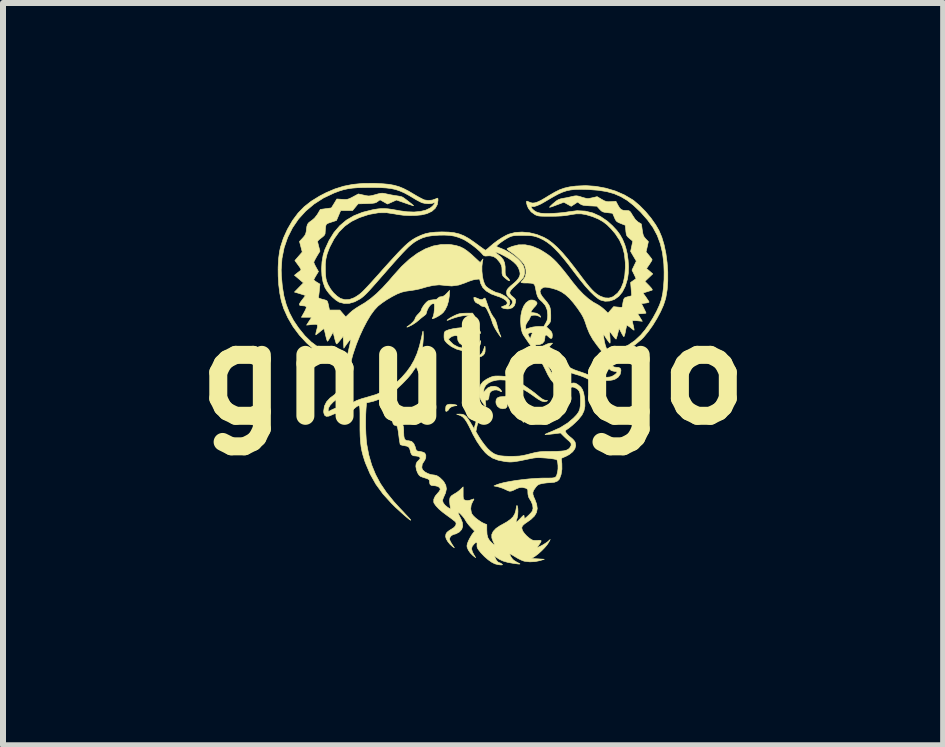
<source format=kicad_pcb>
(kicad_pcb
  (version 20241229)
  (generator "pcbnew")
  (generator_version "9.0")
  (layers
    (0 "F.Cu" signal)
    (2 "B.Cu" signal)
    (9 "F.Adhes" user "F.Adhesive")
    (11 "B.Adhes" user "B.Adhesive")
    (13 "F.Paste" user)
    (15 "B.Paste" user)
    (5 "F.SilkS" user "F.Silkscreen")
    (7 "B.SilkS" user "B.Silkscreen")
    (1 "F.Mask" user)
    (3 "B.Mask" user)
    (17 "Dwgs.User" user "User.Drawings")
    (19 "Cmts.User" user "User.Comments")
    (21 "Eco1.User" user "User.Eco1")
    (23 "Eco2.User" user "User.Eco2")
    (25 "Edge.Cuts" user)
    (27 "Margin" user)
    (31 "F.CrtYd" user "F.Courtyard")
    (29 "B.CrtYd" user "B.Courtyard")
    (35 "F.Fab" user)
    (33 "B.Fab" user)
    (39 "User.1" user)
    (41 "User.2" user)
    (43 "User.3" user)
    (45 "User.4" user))
  (footprint "gnulogo"
    (layer "F.Cu")
    (at 4.833 3.19)
    (property "Reference" "gnulogo" (at 0 0 0) (layer "F.SilkS") (effects (font (size 1.524 1.524) (thickness 0.3))))
    (attr through_hole)
    (fp_poly (pts (xy 0.199 -0.469) (xy 0.201 -0.448) (xy 0.202 -0.422) (xy 0.2 -0.377) (xy 0.191 -0.348) (xy 0.172 -0.323) (xy 0.172 -0.323) (xy 0.136 -0.299) (xy 0.105 -0.292) (xy 0.07 -0.293) (xy 0.11 -0.318) (xy 0.134 -0.337) (xy 0.153 -0.364) (xy 0.172 -0.403) (xy 0.192 -0.461) (xy 0.195 -0.47) (xy 0.199 -0.469)) (stroke (width 0.01) (type solid)) (fill yes) (layer "F.SilkS"))
    (fp_poly (pts (xy -0.337 0.498) (xy -0.306 0.503) (xy -0.281 0.509) (xy -0.268 0.515) (xy -0.272 0.519) (xy -0.279 0.52) (xy -0.323 0.527) (xy -0.362 0.541) (xy -0.39 0.559) (xy -0.397 0.57) (xy -0.413 0.595) (xy -0.43 0.609) (xy -0.448 0.616) (xy -0.455 0.609) (xy -0.457 0.583) (xy -0.457 0.574) (xy -0.452 0.532) (xy -0.435 0.508) (xy -0.4 0.497) (xy -0.369 0.496) (xy -0.337 0.498)) (stroke (width 0.01) (type solid)) (fill yes) (layer "F.SilkS"))
    (fp_poly (pts (xy 0.573 0.37) (xy 0.611 0.378) (xy 0.647 0.395) (xy 0.664 0.406) (xy 0.733 0.465) (xy 0.787 0.544) (xy 0.824 0.642) (xy 0.843 0.74) (xy 0.847 0.779) (xy 0.847 0.796) (xy 0.841 0.797) (xy 0.834 0.792) (xy 0.826 0.773) (xy 0.825 0.763) (xy 0.818 0.731) (xy 0.799 0.686) (xy 0.773 0.637) (xy 0.743 0.59) (xy 0.714 0.555) (xy 0.67 0.514) (xy 0.63 0.486) (xy 0.598 0.472) (xy 0.576 0.473) (xy 0.567 0.491) (xy 0.568 0.502) (xy 0.566 0.539) (xy 0.543 0.563) (xy 0.499 0.571) (xy 0.495 0.572) (xy 0.444 0.56) (xy 0.405 0.529) (xy 0.384 0.484) (xy 0.381 0.456) (xy 0.387 0.416) (xy 0.407 0.39) (xy 0.444 0.374) (xy 0.502 0.369) (xy 0.521 0.368) (xy 0.573 0.37)) (stroke (width 0.01) (type solid)) (fill yes) (layer "F.SilkS"))
    (fp_poly (pts (xy 0.035 -1.283) (xy 0.067 -1.27) (xy 0.111 -1.252) (xy 0.141 -1.246) (xy 0.164 -1.253) (xy 0.179 -1.264) (xy 0.191 -1.273) (xy 0.2 -1.27) (xy 0.21 -1.252) (xy 0.223 -1.215) (xy 0.229 -1.198) (xy 0.266 -1.095) (xy 0.301 -1.017) (xy 0.334 -0.963) (xy 0.347 -0.948) (xy 0.374 -0.904) (xy 0.397 -0.836) (xy 0.4 -0.821) (xy 0.414 -0.767) (xy 0.431 -0.714) (xy 0.445 -0.676) (xy 0.458 -0.645) (xy 0.465 -0.625) (xy 0.465 -0.622) (xy 0.456 -0.632) (xy 0.437 -0.658) (xy 0.411 -0.696) (xy 0.399 -0.714) (xy 0.368 -0.765) (xy 0.341 -0.817) (xy 0.323 -0.862) (xy 0.321 -0.869) (xy 0.308 -0.911) (xy 0.287 -0.966) (xy 0.263 -1.022) (xy 0.258 -1.031) (xy 0.235 -1.08) (xy 0.217 -1.109) (xy 0.202 -1.125) (xy 0.186 -1.13) (xy 0.178 -1.13) (xy 0.143 -1.139) (xy 0.122 -1.155) (xy 0.092 -1.177) (xy 0.068 -1.187) (xy 0.04 -1.205) (xy 0.019 -1.24) (xy 0.013 -1.277) (xy 0.017 -1.285) (xy 0.035 -1.283)) (stroke (width 0.01) (type solid)) (fill yes) (layer "F.SilkS"))
    (fp_poly (pts (xy -0.396 -1.307) (xy -0.408 -1.225) (xy -0.432 -1.145) (xy -0.467 -1.074) (xy -0.499 -1.031) (xy -0.535 -1) (xy -0.584 -0.969) (xy -0.633 -0.943) (xy -0.658 -0.934) (xy -0.678 -0.929) (xy -0.68 -0.936) (xy -0.669 -0.954) (xy -0.659 -0.982) (xy -0.65 -1.027) (xy -0.645 -1.08) (xy -0.645 -1.083) (xy -0.642 -1.133) (xy -0.643 -1.162) (xy -0.648 -1.177) (xy -0.658 -1.181) (xy -0.66 -1.181) (xy -0.687 -1.174) (xy -0.701 -1.165) (xy -0.727 -1.137) (xy -0.751 -1.098) (xy -0.769 -1.058) (xy -0.775 -1.032) (xy -0.786 -1.003) (xy -0.81 -0.982) (xy -0.838 -0.961) (xy -0.876 -0.931) (xy -0.903 -0.907) (xy -0.948 -0.87) (xy -0.999 -0.836) (xy -1.027 -0.82) (xy -1.069 -0.8) (xy -1.095 -0.789) (xy -1.103 -0.79) (xy -1.09 -0.801) (xy -1.079 -0.808) (xy -1.035 -0.842) (xy -0.998 -0.878) (xy -0.973 -0.91) (xy -0.965 -0.932) (xy -0.956 -0.954) (xy -0.934 -0.984) (xy -0.914 -1.005) (xy -0.886 -1.035) (xy -0.868 -1.06) (xy -0.864 -1.07) (xy -0.855 -1.096) (xy -0.834 -1.132) (xy -0.806 -1.171) (xy -0.776 -1.204) (xy -0.75 -1.225) (xy -0.748 -1.226) (xy -0.712 -1.238) (xy -0.667 -1.244) (xy -0.658 -1.245) (xy -0.617 -1.248) (xy -0.593 -1.262) (xy -0.587 -1.27) (xy -0.559 -1.291) (xy -0.531 -1.295) (xy -0.5 -1.301) (xy -0.469 -1.321) (xy -0.441 -1.348) (xy -0.391 -1.401) (xy -0.396 -1.307)) (stroke (width 0.01) (type solid)) (fill yes) (layer "F.SilkS"))
    (fp_poly (pts (xy 0.474 0.028) (xy 0.548 0.033) (xy 0.602 0.041) (xy 0.641 0.053) (xy 0.648 0.056) (xy 0.696 0.084) (xy 0.758 0.122) (xy 0.827 0.168) (xy 0.898 0.216) (xy 0.965 0.263) (xy 1.022 0.305) (xy 1.06 0.336) (xy 1.113 0.38) (xy 1.153 0.409) (xy 1.184 0.425) (xy 1.212 0.432) (xy 1.222 0.432) (xy 1.241 0.434) (xy 1.238 0.44) (xy 1.228 0.446) (xy 1.191 0.455) (xy 1.144 0.444) (xy 1.085 0.412) (xy 1.035 0.377) (xy 0.98 0.338) (xy 0.92 0.297) (xy 0.865 0.264) (xy 0.861 0.262) (xy 0.804 0.229) (xy 0.741 0.19) (xy 0.693 0.159) (xy 0.617 0.117) (xy 0.539 0.094) (xy 0.452 0.09) (xy 0.398 0.094) (xy 0.323 0.111) (xy 0.26 0.14) (xy 0.213 0.18) (xy 0.185 0.228) (xy 0.178 0.267) (xy 0.179 0.298) (xy 0.206 0.262) (xy 0.249 0.222) (xy 0.302 0.2) (xy 0.358 0.197) (xy 0.411 0.212) (xy 0.452 0.245) (xy 0.473 0.274) (xy 0.476 0.288) (xy 0.46 0.285) (xy 0.439 0.272) (xy 0.397 0.258) (xy 0.349 0.26) (xy 0.306 0.278) (xy 0.289 0.293) (xy 0.273 0.326) (xy 0.267 0.36) (xy 0.261 0.403) (xy 0.245 0.426) (xy 0.222 0.427) (xy 0.209 0.425) (xy 0.205 0.435) (xy 0.207 0.463) (xy 0.209 0.476) (xy 0.213 0.51) (xy 0.213 0.531) (xy 0.211 0.533) (xy 0.2 0.524) (xy 0.181 0.501) (xy 0.174 0.492) (xy 0.133 0.43) (xy 0.11 0.374) (xy 0.102 0.313) (xy 0.102 0.299) (xy 0.108 0.225) (xy 0.129 0.167) (xy 0.167 0.12) (xy 0.226 0.079) (xy 0.271 0.056) (xy 0.307 0.041) (xy 0.338 0.031) (xy 0.372 0.027) (xy 0.416 0.026) (xy 0.474 0.028)) (stroke (width 0.01) (type solid)) (fill yes) (layer "F.SilkS"))
    (fp_poly (pts (xy 0.021 -0.98) (xy 0.04 -0.943) (xy 0.056 -0.895) (xy 0.063 -0.866) (xy 0.076 -0.816) (xy 0.093 -0.768) (xy 0.102 -0.748) (xy 0.122 -0.707) (xy 0.126 -0.685) (xy 0.114 -0.683) (xy 0.096 -0.693) (xy 0.062 -0.707) (xy 0.018 -0.706) (xy 0.012 -0.705) (xy -0.02 -0.698) (xy -0.03 -0.691) (xy -0.025 -0.679) (xy -0.022 -0.675) (xy 0.002 -0.63) (xy 0.005 -0.578) (xy -0.006 -0.546) (xy -0.033 -0.51) (xy -0.069 -0.49) (xy -0.121 -0.483) (xy -0.13 -0.483) (xy -0.185 -0.493) (xy -0.227 -0.523) (xy -0.252 -0.567) (xy -0.257 -0.602) (xy -0.258 -0.632) (xy -0.269 -0.645) (xy -0.295 -0.648) (xy -0.299 -0.648) (xy -0.347 -0.636) (xy -0.376 -0.618) (xy -0.411 -0.588) (xy -0.386 -0.556) (xy -0.329 -0.5) (xy -0.253 -0.459) (xy -0.162 -0.435) (xy -0.079 -0.428) (xy -0.011 -0.432) (xy 0.038 -0.447) (xy 0.074 -0.475) (xy 0.104 -0.52) (xy 0.105 -0.522) (xy 0.127 -0.565) (xy 0.127 -0.53) (xy 0.116 -0.491) (xy 0.087 -0.451) (xy 0.046 -0.417) (xy 0.001 -0.395) (xy -0.006 -0.393) (xy -0.043 -0.386) (xy -0.074 -0.383) (xy -0.111 -0.386) (xy -0.161 -0.393) (xy -0.177 -0.395) (xy -0.274 -0.422) (xy -0.361 -0.465) (xy -0.431 -0.519) (xy -0.46 -0.551) (xy -0.476 -0.577) (xy -0.482 -0.608) (xy -0.483 -0.641) (xy -0.481 -0.682) (xy -0.475 -0.706) (xy -0.461 -0.721) (xy -0.446 -0.729) (xy -0.401 -0.746) (xy -0.337 -0.761) (xy -0.258 -0.773) (xy -0.172 -0.781) (xy -0.146 -0.783) (xy -0.081 -0.787) (xy -0.037 -0.791) (xy -0.011 -0.797) (xy 0.002 -0.809) (xy 0.006 -0.826) (xy 0.004 -0.853) (xy 0.003 -0.86) (xy -0.006 -0.915) (xy -0.021 -0.951) (xy -0.044 -0.972) (xy -0.058 -0.978) (xy -0.098 -0.984) (xy -0.154 -0.981) (xy -0.22 -0.969) (xy -0.292 -0.95) (xy -0.356 -0.928) (xy -0.401 -0.91) (xy -0.426 -0.901) (xy -0.433 -0.902) (xy -0.425 -0.911) (xy -0.419 -0.916) (xy -0.391 -0.936) (xy -0.349 -0.96) (xy -0.306 -0.982) (xy -0.26 -1.002) (xy -0.219 -1.014) (xy -0.173 -1.019) (xy -0.116 -1.021) (xy -0.008 -1.022) (xy 0.021 -0.98)) (stroke (width 0.01) (type solid)) (fill yes) (layer "F.SilkS"))
    (fp_poly (pts (xy -1.613 -3.184) (xy -1.496 -3.177) (xy -1.398 -3.168) (xy -1.314 -3.152) (xy -1.236 -3.13) (xy -1.16 -3.099) (xy -1.078 -3.057) (xy -0.985 -3.002) (xy -0.978 -2.998) (xy -0.924 -2.966) (xy -0.872 -2.938) (xy -0.83 -2.917) (xy -0.809 -2.908) (xy -0.747 -2.899) (xy -0.679 -2.906) (xy -0.619 -2.927) (xy -0.595 -2.938) (xy -0.586 -2.933) (xy -0.584 -2.908) (xy -0.584 -2.902) (xy -0.596 -2.83) (xy -0.63 -2.769) (xy -0.686 -2.719) (xy -0.764 -2.682) (xy -0.781 -2.677) (xy -0.859 -2.659) (xy -0.954 -2.65) (xy -1.057 -2.648) (xy -1.162 -2.653) (xy -1.261 -2.666) (xy -1.295 -2.673) (xy -1.439 -2.695) (xy -1.579 -2.694) (xy -1.721 -2.669) (xy -1.746 -2.663) (xy -1.896 -2.613) (xy -2.026 -2.55) (xy -2.137 -2.472) (xy -2.233 -2.376) (xy -2.315 -2.261) (xy -2.386 -2.126) (xy -2.399 -2.097) (xy -2.432 -2.008) (xy -2.452 -1.924) (xy -2.462 -1.834) (xy -2.461 -1.729) (xy -2.461 -1.715) (xy -2.457 -1.648) (xy -2.451 -1.599) (xy -2.442 -1.559) (xy -2.427 -1.52) (xy -2.415 -1.493) (xy -2.375 -1.424) (xy -2.324 -1.359) (xy -2.266 -1.305) (xy -2.21 -1.267) (xy -2.208 -1.266) (xy -2.135 -1.245) (xy -2.06 -1.249) (xy -1.982 -1.278) (xy -1.961 -1.29) (xy -1.935 -1.306) (xy -1.911 -1.322) (xy -1.888 -1.339) (xy -1.863 -1.36) (xy -1.835 -1.386) (xy -1.801 -1.421) (xy -1.76 -1.464) (xy -1.709 -1.519) (xy -1.647 -1.588) (xy -1.571 -1.672) (xy -1.505 -1.747) (xy -1.406 -1.857) (xy -1.322 -1.949) (xy -1.251 -2.026) (xy -1.19 -2.089) (xy -1.138 -2.14) (xy -1.092 -2.182) (xy -1.05 -2.216) (xy -1.011 -2.244) (xy -0.972 -2.268) (xy -0.941 -2.285) (xy -0.865 -2.32) (xy -0.793 -2.346) (xy -0.717 -2.362) (xy -0.631 -2.371) (xy -0.527 -2.375) (xy -0.513 -2.375) (xy -0.406 -2.372) (xy -0.315 -2.362) (xy -0.232 -2.342) (xy -0.153 -2.311) (xy -0.072 -2.266) (xy 0.017 -2.205) (xy 0.07 -2.166) (xy 0.119 -2.13) (xy 0.161 -2.1) (xy 0.191 -2.079) (xy 0.206 -2.07) (xy 0.207 -2.07) (xy 0.221 -2.078) (xy 0.247 -2.099) (xy 0.277 -2.126) (xy 0.338 -2.178) (xy 0.409 -2.231) (xy 0.482 -2.279) (xy 0.55 -2.317) (xy 0.596 -2.338) (xy 0.702 -2.366) (xy 0.818 -2.373) (xy 0.94 -2.362) (xy 1.064 -2.332) (xy 1.181 -2.284) (xy 1.253 -2.243) (xy 1.327 -2.187) (xy 1.407 -2.115) (xy 1.492 -2.026) (xy 1.585 -1.917) (xy 1.686 -1.788) (xy 1.746 -1.709) (xy 1.821 -1.609) (xy 1.884 -1.527) (xy 1.937 -1.462) (xy 1.983 -1.411) (xy 2.024 -1.371) (xy 2.062 -1.34) (xy 2.099 -1.316) (xy 2.123 -1.303) (xy 2.198 -1.276) (xy 2.267 -1.273) (xy 2.33 -1.294) (xy 2.339 -1.299) (xy 2.41 -1.357) (xy 2.465 -1.435) (xy 2.505 -1.533) (xy 2.529 -1.651) (xy 2.539 -1.789) (xy 2.537 -1.869) (xy 2.523 -2.004) (xy 2.492 -2.125) (xy 2.442 -2.237) (xy 2.371 -2.345) (xy 2.302 -2.426) (xy 2.234 -2.494) (xy 2.165 -2.547) (xy 2.089 -2.59) (xy 1.998 -2.628) (xy 1.971 -2.637) (xy 1.88 -2.664) (xy 1.801 -2.677) (xy 1.722 -2.677) (xy 1.633 -2.664) (xy 1.603 -2.658) (xy 1.542 -2.648) (xy 1.469 -2.641) (xy 1.379 -2.637) (xy 1.295 -2.636) (xy 1.217 -2.636) (xy 1.158 -2.637) (xy 1.116 -2.639) (xy 1.086 -2.643) (xy 1.063 -2.65) (xy 1.041 -2.659) (xy 1.033 -2.663) (xy 0.969 -2.709) (xy 0.923 -2.768) (xy 0.902 -2.817) (xy 0.891 -2.86) (xy 0.89 -2.882) (xy 0.9 -2.888) (xy 0.921 -2.879) (xy 0.926 -2.877) (xy 0.961 -2.862) (xy 0.994 -2.856) (xy 1.031 -2.86) (xy 1.075 -2.874) (xy 1.129 -2.899) (xy 1.196 -2.938) (xy 1.269 -2.983) (xy 1.362 -3.037) (xy 1.444 -3.078) (xy 1.524 -3.106) (xy 1.611 -3.126) (xy 1.711 -3.139) (xy 1.877 -3.147) (xy 2.046 -3.135) (xy 2.213 -3.104) (xy 2.374 -3.056) (xy 2.523 -2.991) (xy 2.657 -2.912) (xy 2.68 -2.896) (xy 2.776 -2.814) (xy 2.873 -2.716) (xy 2.964 -2.607) (xy 3.043 -2.495) (xy 3.098 -2.4) (xy 3.145 -2.289) (xy 3.184 -2.159) (xy 3.214 -2.015) (xy 3.234 -1.863) (xy 3.245 -1.709) (xy 3.245 -1.557) (xy 3.235 -1.413) (xy 3.213 -1.282) (xy 3.206 -1.255) (xy 3.174 -1.156) (xy 3.125 -1.046) (xy 3.064 -0.932) (xy 2.995 -0.819) (xy 2.92 -0.714) (xy 2.843 -0.621) (xy 2.808 -0.585) (xy 2.694 -0.49) (xy 2.563 -0.413) (xy 2.415 -0.354) (xy 2.307 -0.324) (xy 2.285 -0.318) (xy 2.275 -0.308) (xy 2.274 -0.285) (xy 2.278 -0.25) (xy 2.291 -0.187) (xy 2.316 -0.145) (xy 2.352 -0.124) (xy 2.383 -0.12) (xy 2.428 -0.116) (xy 2.453 -0.103) (xy 2.463 -0.078) (xy 2.464 -0.06) (xy 2.452 -0.003) (xy 2.418 0.045) (xy 2.366 0.079) (xy 2.358 0.082) (xy 2.329 0.091) (xy 2.295 0.097) (xy 2.252 0.1) (xy 2.193 0.101) (xy 2.125 0.1) (xy 2.053 0.098) (xy 2.001 0.095) (xy 1.963 0.09) (xy 1.934 0.083) (xy 1.907 0.073) (xy 1.885 0.061) (xy 1.835 0.039) (xy 1.776 0.017) (xy 1.739 0.006) (xy 1.681 -0.011) (xy 1.633 -0.029) (xy 1.585 -0.054) (xy 1.531 -0.09) (xy 1.505 -0.108) (xy 1.455 -0.141) (xy 1.408 -0.17) (xy 1.37 -0.192) (xy 1.345 -0.203) (xy 1.341 -0.203) (xy 1.341 -0.193) (xy 1.35 -0.167) (xy 1.354 -0.157) (xy 1.365 -0.123) (xy 1.375 -0.072) (xy 1.384 -0.017) (xy 1.385 -0.008) (xy 1.395 0.061) (xy 1.409 0.109) (xy 1.43 0.138) (xy 1.461 0.153) (xy 1.504 0.158) (xy 1.513 0.158) (xy 1.566 0.155) (xy 1.621 0.15) (xy 1.64 0.147) (xy 1.677 0.142) (xy 1.705 0.146) (xy 1.734 0.161) (xy 1.757 0.177) (xy 1.795 0.209) (xy 1.823 0.251) (xy 1.843 0.307) (xy 1.856 0.38) (xy 1.863 0.439) (xy 1.864 0.53) (xy 1.848 0.608) (xy 1.814 0.678) (xy 1.758 0.748) (xy 1.748 0.759) (xy 1.703 0.803) (xy 1.655 0.847) (xy 1.613 0.881) (xy 1.607 0.886) (xy 1.572 0.911) (xy 1.547 0.929) (xy 1.538 0.936) (xy 1.537 0.95) (xy 1.552 0.975) (xy 1.578 1.006) (xy 1.612 1.037) (xy 1.627 1.048) (xy 1.663 1.079) (xy 1.691 1.112) (xy 1.701 1.129) (xy 1.711 1.184) (xy 1.697 1.237) (xy 1.661 1.288) (xy 1.604 1.334) (xy 1.552 1.362) (xy 1.471 1.398) (xy 1.48 1.487) (xy 1.481 1.579) (xy 1.467 1.668) (xy 1.44 1.742) (xy 1.409 1.775) (xy 1.358 1.796) (xy 1.288 1.803) (xy 1.283 1.803) (xy 1.235 1.806) (xy 1.179 1.813) (xy 1.151 1.818) (xy 1.106 1.829) (xy 1.076 1.845) (xy 1.051 1.871) (xy 1.041 1.885) (xy 1.011 1.928) (xy 0.997 1.964) (xy 0.998 2) (xy 1.013 2.045) (xy 1.029 2.079) (xy 1.06 2.162) (xy 1.07 2.234) (xy 1.058 2.299) (xy 1.024 2.358) (xy 0.965 2.415) (xy 0.912 2.453) (xy 0.86 2.489) (xy 0.827 2.519) (xy 0.813 2.546) (xy 0.815 2.575) (xy 0.829 2.611) (xy 0.831 2.614) (xy 0.855 2.648) (xy 0.89 2.687) (xy 0.931 2.723) (xy 0.97 2.751) (xy 0.997 2.763) (xy 1.031 2.767) (xy 1.074 2.767) (xy 1.086 2.765) (xy 1.119 2.764) (xy 1.134 2.771) (xy 1.131 2.789) (xy 1.111 2.821) (xy 1.096 2.842) (xy 1.079 2.867) (xy 1.072 2.882) (xy 1.073 2.883) (xy 1.093 2.876) (xy 1.127 2.86) (xy 1.168 2.838) (xy 1.208 2.813) (xy 1.24 2.791) (xy 1.249 2.783) (xy 1.286 2.75) (xy 1.263 2.794) (xy 1.236 2.836) (xy 1.194 2.886) (xy 1.143 2.938) (xy 1.09 2.986) (xy 1.041 3.024) (xy 1.037 3.027) (xy 0.974 3.067) (xy 1.081 3.073) (xy 1.187 3.08) (xy 1.116 3.102) (xy 1.034 3.119) (xy 0.946 3.123) (xy 0.863 3.114) (xy 0.837 3.107) (xy 0.798 3.091) (xy 0.748 3.066) (xy 0.7 3.037) (xy 0.7 3.037) (xy 0.66 3.013) (xy 0.63 2.996) (xy 0.614 2.989) (xy 0.613 2.99) (xy 0.614 3.004) (xy 0.626 3.03) (xy 0.645 3.06) (xy 0.665 3.084) (xy 0.669 3.088) (xy 0.695 3.107) (xy 0.731 3.129) (xy 0.743 3.135) (xy 0.769 3.149) (xy 0.782 3.157) (xy 0.777 3.16) (xy 0.754 3.159) (xy 0.709 3.153) (xy 0.677 3.149) (xy 0.579 3.132) (xy 0.5 3.109) (xy 0.436 3.079) (xy 0.408 3.06) (xy 0.356 3.023) (xy 0.37 3.058) (xy 0.389 3.096) (xy 0.414 3.125) (xy 0.437 3.137) (xy 0.438 3.137) (xy 0.459 3.144) (xy 0.477 3.156) (xy 0.491 3.168) (xy 0.487 3.173) (xy 0.461 3.174) (xy 0.457 3.174) (xy 0.415 3.169) (xy 0.369 3.157) (xy 0.362 3.155) (xy 0.311 3.129) (xy 0.251 3.087) (xy 0.189 3.033) (xy 0.131 2.972) (xy 0.119 2.957) (xy 0.088 2.918) (xy 0.071 2.889) (xy 0.066 2.863) (xy 0.066 2.842) (xy 0.067 2.808) (xy 0.058 2.796) (xy 0.039 2.806) (xy 0.012 2.831) (xy -0.016 2.868) (xy -0.024 2.908) (xy -0.011 2.955) (xy 0.009 2.995) (xy 0.044 3.054) (xy -0.004 3.016) (xy -0.046 2.974) (xy -0.079 2.926) (xy -0.099 2.877) (xy -0.101 2.855) (xy -0.095 2.822) (xy -0.077 2.775) (xy -0.051 2.724) (xy -0.022 2.675) (xy -0.008 2.655) (xy 0.026 2.611) (xy -0.037 2.547) (xy -0.073 2.506) (xy -0.106 2.463) (xy -0.125 2.432) (xy -0.144 2.4) (xy -0.171 2.366) (xy -0.2 2.334) (xy -0.225 2.31) (xy -0.243 2.3) (xy -0.248 2.301) (xy -0.246 2.315) (xy -0.234 2.343) (xy -0.224 2.363) (xy -0.201 2.409) (xy -0.182 2.457) (xy -0.177 2.471) (xy -0.172 2.53) (xy -0.189 2.582) (xy -0.228 2.625) (xy -0.285 2.656) (xy -0.324 2.666) (xy -0.361 2.685) (xy -0.38 2.708) (xy -0.39 2.73) (xy -0.39 2.753) (xy -0.379 2.781) (xy -0.356 2.821) (xy -0.341 2.844) (xy -0.311 2.889) (xy -0.343 2.867) (xy -0.383 2.831) (xy -0.419 2.787) (xy -0.446 2.741) (xy -0.457 2.703) (xy -0.457 2.699) (xy -0.452 2.661) (xy -0.434 2.631) (xy -0.398 2.602) (xy -0.362 2.58) (xy -0.314 2.548) (xy -0.287 2.513) (xy -0.282 2.479) (xy -0.292 2.457) (xy -0.31 2.442) (xy -0.343 2.416) (xy -0.387 2.383) (xy -0.426 2.355) (xy -0.505 2.296) (xy -0.571 2.24) (xy -0.619 2.188) (xy -0.649 2.145) (xy -0.655 2.128) (xy -0.654 2.08) (xy -0.63 2.028) (xy -0.59 1.98) (xy -0.564 1.95) (xy -0.548 1.921) (xy -0.546 1.911) (xy -0.558 1.885) (xy -0.589 1.865) (xy -0.633 1.855) (xy -0.647 1.854) (xy -0.691 1.85) (xy -0.714 1.837) (xy -0.723 1.809) (xy -0.724 1.795) (xy -0.725 1.773) (xy -0.731 1.758) (xy -0.746 1.745) (xy -0.775 1.733) (xy -0.823 1.718) (xy -0.838 1.713) (xy -0.877 1.698) (xy -0.902 1.675) (xy -0.924 1.639) (xy -0.943 1.589) (xy -0.952 1.539) (xy -0.953 1.528) (xy -0.948 1.488) (xy -0.932 1.457) (xy -0.912 1.437) (xy -0.888 1.411) (xy -0.88 1.395) (xy -0.888 1.379) (xy -0.888 1.379) (xy -0.912 1.365) (xy -0.949 1.359) (xy -0.951 1.359) (xy -0.994 1.355) (xy -1.02 1.339) (xy -1.037 1.307) (xy -1.043 1.282) (xy -1.056 1.236) (xy -1.073 1.21) (xy -1.102 1.195) (xy -1.144 1.187) (xy -1.181 1.18) (xy -1.207 1.172) (xy -1.213 1.168) (xy -1.217 1.152) (xy -1.223 1.116) (xy -1.231 1.066) (xy -1.237 1.018) (xy -1.246 0.95) (xy -1.254 0.903) (xy -1.261 0.873) (xy -1.27 0.858) (xy -1.282 0.851) (xy -1.289 0.851) (xy -1.315 0.843) (xy -1.333 0.819) (xy -1.343 0.776) (xy -1.346 0.711) (xy -1.346 0.707) (xy -1.348 0.657) (xy -1.352 0.598) (xy -1.359 0.534) (xy -1.367 0.472) (xy -1.376 0.415) (xy -1.385 0.369) (xy -1.393 0.339) (xy -1.4 0.33) (xy -1.416 0.336) (xy -1.445 0.352) (xy -1.461 0.362) (xy -1.554 0.41) (xy -1.662 0.447) (xy -1.703 0.457) (xy -1.775 0.473) (xy -1.783 0.569) (xy -1.788 0.661) (xy -1.79 0.766) (xy -1.79 0.876) (xy -1.786 0.984) (xy -1.78 1.081) (xy -1.771 1.161) (xy -1.771 1.164) (xy -1.737 1.343) (xy -1.689 1.509) (xy -1.625 1.666) (xy -1.544 1.818) (xy -1.443 1.967) (xy -1.321 2.118) (xy -1.22 2.229) (xy -1.172 2.279) (xy -1.126 2.329) (xy -1.085 2.372) (xy -1.06 2.399) (xy -1.041 2.422) (xy -1.038 2.43) (xy -1.05 2.424) (xy -1.073 2.407) (xy -1.106 2.38) (xy -1.147 2.345) (xy -1.193 2.304) (xy -1.242 2.259) (xy -1.293 2.213) (xy -1.341 2.165) (xy -1.359 2.147) (xy -1.501 1.991) (xy -1.619 1.829) (xy -1.715 1.658) (xy -1.793 1.475) (xy -1.809 1.429) (xy -1.833 1.351) (xy -1.852 1.277) (xy -1.866 1.202) (xy -1.875 1.122) (xy -1.881 1.031) (xy -1.884 0.924) (xy -1.884 0.81) (xy -1.884 0.717) (xy -1.884 0.646) (xy -1.885 0.595) (xy -1.887 0.56) (xy -1.89 0.538) (xy -1.894 0.527) (xy -1.9 0.522) (xy -1.908 0.521) (xy -1.909 0.521) (xy -1.93 0.53) (xy -1.962 0.553) (xy -1.999 0.587) (xy -2.003 0.592) (xy -2.072 0.663) (xy -2.184 0.654) (xy -2.24 0.65) (xy -2.279 0.651) (xy -2.309 0.656) (xy -2.336 0.666) (xy -2.347 0.672) (xy -2.404 0.695) (xy -2.446 0.698) (xy -2.473 0.68) (xy -2.487 0.641) (xy -2.489 0.61) (xy -2.485 0.584) (xy -2.413 0.584) (xy -2.413 0.621) (xy -2.372 0.598) (xy -2.303 0.566) (xy -2.24 0.551) (xy -2.187 0.556) (xy -2.184 0.557) (xy -2.136 0.562) (xy -2.089 0.542) (xy -2.051 0.508) (xy -2.005 0.469) (xy -1.941 0.435) (xy -1.855 0.404) (xy -1.769 0.38) (xy -1.615 0.334) (xy -1.48 0.275) (xy -1.359 0.201) (xy -1.247 0.108) (xy -1.189 0.051) (xy -1.107 -0.043) (xy -1.039 -0.137) (xy -0.982 -0.237) (xy -0.934 -0.346) (xy -0.894 -0.469) (xy -0.859 -0.611) (xy -0.842 -0.692) (xy -0.837 -0.716) (xy -0.833 -0.722) (xy -0.831 -0.707) (xy -0.829 -0.67) (xy -0.828 -0.652) (xy -0.829 -0.6) (xy -0.834 -0.533) (xy -0.842 -0.459) (xy -0.85 -0.404) (xy -0.861 -0.337) (xy -0.869 -0.272) (xy -0.874 -0.218) (xy -0.876 -0.184) (xy -0.867 -0.09) (xy -0.838 0.012) (xy -0.794 0.117) (xy -0.793 0.119) (xy -0.773 0.161) (xy -0.759 0.194) (xy -0.754 0.211) (xy -0.754 0.212) (xy -0.764 0.206) (xy -0.783 0.182) (xy -0.807 0.146) (xy -0.835 0.101) (xy -0.863 0.053) (xy -0.888 0.007) (xy -0.908 -0.034) (xy -0.913 -0.048) (xy -0.929 -0.088) (xy -0.941 -0.116) (xy -0.947 -0.127) (xy -0.955 -0.117) (xy -0.974 -0.091) (xy -0.999 -0.054) (xy -1.009 -0.039) (xy -1.043 0.007) (xy -1.09 0.062) (xy -1.142 0.117) (xy -1.176 0.152) (xy -1.285 0.255) (xy -1.277 0.372) (xy -1.273 0.437) (xy -1.268 0.516) (xy -1.264 0.594) (xy -1.262 0.632) (xy -1.259 0.694) (xy -1.256 0.736) (xy -1.251 0.762) (xy -1.243 0.777) (xy -1.231 0.787) (xy -1.218 0.794) (xy -1.19 0.813) (xy -1.171 0.838) (xy -1.16 0.874) (xy -1.156 0.926) (xy -1.156 0.963) (xy -1.153 1.026) (xy -1.145 1.068) (xy -1.127 1.092) (xy -1.099 1.103) (xy -1.071 1.105) (xy -1.024 1.116) (xy -0.988 1.151) (xy -0.963 1.208) (xy -0.96 1.221) (xy -0.95 1.254) (xy -0.938 1.272) (xy -0.914 1.28) (xy -0.886 1.283) (xy -0.845 1.292) (xy -0.813 1.305) (xy -0.804 1.311) (xy -0.787 1.345) (xy -0.788 1.388) (xy -0.806 1.433) (xy -0.818 1.449) (xy -0.846 1.493) (xy -0.853 1.542) (xy -0.852 1.562) (xy -0.837 1.593) (xy -0.803 1.624) (xy -0.756 1.65) (xy -0.703 1.669) (xy -0.649 1.676) (xy -0.646 1.676) (xy -0.603 1.687) (xy -0.555 1.718) (xy -0.506 1.765) (xy -0.486 1.789) (xy -0.454 1.847) (xy -0.444 1.907) (xy -0.458 1.973) (xy -0.476 2.014) (xy -0.494 2.054) (xy -0.506 2.089) (xy -0.508 2.103) (xy -0.497 2.14) (xy -0.467 2.179) (xy -0.424 2.214) (xy -0.416 2.219) (xy -0.374 2.244) (xy -0.386 2.163) (xy -0.391 2.102) (xy -0.385 2.057) (xy -0.363 2.025) (xy -0.324 1.998) (xy -0.315 1.993) (xy -0.271 1.967) (xy -0.227 1.933) (xy -0.213 1.92) (xy -0.165 1.874) (xy -0.165 1.979) (xy -0.165 2.03) (xy -0.162 2.062) (xy -0.157 2.08) (xy -0.145 2.09) (xy -0.13 2.097) (xy -0.097 2.103) (xy -0.056 2.097) (xy -0.001 2.079) (xy 0.011 2.074) (xy 0.015 2.079) (xy 0.006 2.099) (xy -0.005 2.116) (xy -0.031 2.174) (xy -0.039 2.239) (xy -0.028 2.303) (xy -0.019 2.324) (xy 0.005 2.356) (xy 0.045 2.394) (xy 0.094 2.431) (xy 0.144 2.464) (xy 0.182 2.483) (xy 0.229 2.502) (xy 0.229 2.591) (xy 0.233 2.666) (xy 0.248 2.723) (xy 0.277 2.77) (xy 0.31 2.804) (xy 0.338 2.828) (xy 0.357 2.842) (xy 0.362 2.845) (xy 0.36 2.835) (xy 0.348 2.809) (xy 0.335 2.784) (xy 0.313 2.724) (xy 0.312 2.668) (xy 0.336 2.616) (xy 0.383 2.566) (xy 0.454 2.518) (xy 0.483 2.503) (xy 0.564 2.457) (xy 0.625 2.414) (xy 0.668 2.371) (xy 0.696 2.323) (xy 0.713 2.267) (xy 0.719 2.234) (xy 0.725 2.197) (xy 0.731 2.183) (xy 0.737 2.19) (xy 0.738 2.191) (xy 0.746 2.23) (xy 0.748 2.284) (xy 0.745 2.34) (xy 0.736 2.39) (xy 0.73 2.409) (xy 0.719 2.44) (xy 0.717 2.46) (xy 0.718 2.462) (xy 0.729 2.457) (xy 0.752 2.437) (xy 0.783 2.406) (xy 0.788 2.401) (xy 0.82 2.367) (xy 0.839 2.35) (xy 0.848 2.348) (xy 0.851 2.359) (xy 0.851 2.367) (xy 0.854 2.392) (xy 0.859 2.4) (xy 0.875 2.392) (xy 0.901 2.37) (xy 0.932 2.341) (xy 0.962 2.31) (xy 0.983 2.284) (xy 0.989 2.276) (xy 1 2.231) (xy 0.993 2.175) (xy 0.969 2.116) (xy 0.952 2.089) (xy 0.926 2.043) (xy 0.916 1.999) (xy 0.914 1.971) (xy 0.913 1.932) (xy 0.907 1.912) (xy 0.89 1.9) (xy 0.874 1.894) (xy 0.819 1.881) (xy 0.769 1.887) (xy 0.723 1.905) (xy 0.673 1.93) (xy 0.638 1.943) (xy 0.611 1.946) (xy 0.584 1.938) (xy 0.55 1.922) (xy 0.5 1.899) (xy 0.442 1.879) (xy 0.419 1.873) (xy 0.349 1.858) (xy 0.394 1.838) (xy 0.447 1.82) (xy 0.521 1.801) (xy 0.61 1.784) (xy 0.712 1.767) (xy 0.82 1.753) (xy 0.93 1.741) (xy 1.038 1.733) (xy 1.138 1.728) (xy 1.188 1.727) (xy 1.262 1.727) (xy 1.316 1.726) (xy 1.352 1.721) (xy 1.375 1.71) (xy 1.39 1.692) (xy 1.399 1.665) (xy 1.408 1.626) (xy 1.41 1.62) (xy 1.416 1.573) (xy 1.416 1.519) (xy 1.411 1.469) (xy 1.401 1.431) (xy 1.398 1.423) (xy 1.381 1.416) (xy 1.342 1.408) (xy 1.285 1.4) (xy 1.224 1.394) (xy 1.151 1.389) (xy 1.096 1.386) (xy 1.05 1.388) (xy 1.008 1.393) (xy 0.961 1.402) (xy 0.959 1.402) (xy 0.862 1.422) (xy 0.786 1.438) (xy 0.726 1.448) (xy 0.678 1.455) (xy 0.638 1.458) (xy 0.601 1.458) (xy 0.564 1.455) (xy 0.531 1.451) (xy 0.419 1.429) (xy 0.326 1.394) (xy 0.248 1.342) (xy 0.204 1.302) (xy 0.133 1.216) (xy 0.063 1.113) (xy -0.001 0.998) (xy -0.027 0.943) (xy -0.07 0.856) (xy -0.107 0.789) (xy -0.14 0.741) (xy -0.172 0.708) (xy -0.206 0.687) (xy -0.218 0.682) (xy -0.273 0.662) (xy -0.215 0.661) (xy -0.177 0.664) (xy -0.145 0.676) (xy -0.115 0.7) (xy -0.084 0.739) (xy -0.046 0.798) (xy -0.038 0.812) (xy 0.017 0.905) (xy 0.038 0.83) (xy 0.057 0.77) (xy 0.077 0.729) (xy 0.102 0.698) (xy 0.12 0.683) (xy 0.136 0.673) (xy 0.14 0.674) (xy 0.134 0.69) (xy 0.116 0.724) (xy 0.114 0.728) (xy 0.091 0.779) (xy 0.071 0.839) (xy 0.063 0.873) (xy 0.047 0.953) (xy 0.109 1.057) (xy 0.148 1.115) (xy 0.194 1.177) (xy 0.239 1.23) (xy 0.248 1.24) (xy 0.296 1.284) (xy 0.343 1.318) (xy 0.393 1.34) (xy 0.453 1.355) (xy 0.527 1.362) (xy 0.62 1.365) (xy 0.635 1.365) (xy 0.711 1.363) (xy 0.772 1.36) (xy 0.828 1.352) (xy 0.891 1.338) (xy 0.949 1.323) (xy 1.012 1.307) (xy 1.064 1.296) (xy 1.111 1.289) (xy 1.162 1.285) (xy 1.224 1.283) (xy 1.298 1.283) (xy 1.392 1.282) (xy 1.465 1.278) (xy 1.52 1.272) (xy 1.559 1.261) (xy 1.588 1.246) (xy 1.61 1.226) (xy 1.612 1.223) (xy 1.635 1.183) (xy 1.633 1.148) (xy 1.606 1.115) (xy 1.604 1.113) (xy 1.576 1.089) (xy 1.539 1.055) (xy 1.514 1.031) (xy 1.458 0.975) (xy 1.332 0.991) (xy 1.278 0.997) (xy 1.234 1.001) (xy 1.207 1.002) (xy 1.2 1.001) (xy 1.208 0.994) (xy 1.236 0.981) (xy 1.277 0.964) (xy 1.305 0.953) (xy 1.453 0.887) (xy 1.579 0.808) (xy 1.673 0.728) (xy 1.725 0.674) (xy 1.759 0.627) (xy 1.779 0.578) (xy 1.788 0.52) (xy 1.791 0.447) (xy 1.789 0.371) (xy 1.782 0.316) (xy 1.768 0.277) (xy 1.745 0.249) (xy 1.713 0.228) (xy 1.713 0.228) (xy 1.68 0.213) (xy 1.655 0.209) (xy 1.625 0.216) (xy 1.606 0.222) (xy 1.539 0.239) (xy 1.485 0.238) (xy 1.436 0.219) (xy 1.415 0.205) (xy 1.347 0.148) (xy 1.294 0.084) (xy 1.247 0.006) (xy 1.238 -0.013) (xy 1.197 -0.098) (xy 1.162 -0.166) (xy 1.133 -0.221) (xy 1.104 -0.27) (xy 1.074 -0.317) (xy 1.04 -0.369) (xy 1.039 -0.37) (xy 1.119 -0.37) (xy 1.12 -0.357) (xy 1.131 -0.332) (xy 1.154 -0.293) (xy 1.172 -0.264) (xy 1.206 -0.208) (xy 1.241 -0.15) (xy 1.269 -0.1) (xy 1.276 -0.085) (xy 1.314 -0.012) (xy 1.319 -0.054) (xy 1.317 -0.082) (xy 1.308 -0.128) (xy 1.294 -0.186) (xy 1.276 -0.25) (xy 1.275 -0.254) (xy 1.257 -0.313) (xy 1.242 -0.363) (xy 1.231 -0.399) (xy 1.225 -0.416) (xy 1.225 -0.416) (xy 1.213 -0.414) (xy 1.189 -0.402) (xy 1.186 -0.401) (xy 1.153 -0.386) (xy 1.128 -0.376) (xy 1.119 -0.37) (xy 1.039 -0.37) (xy 1.022 -0.394) (xy 0.98 -0.454) (xy 0.956 -0.489) (xy 1.036 -0.489) (xy 1.041 -0.475) (xy 1.044 -0.471) (xy 1.068 -0.455) (xy 1.108 -0.454) (xy 1.158 -0.469) (xy 1.201 -0.491) (xy 1.241 -0.509) (xy 1.278 -0.52) (xy 1.289 -0.521) (xy 1.325 -0.521) (xy 1.295 -0.489) (xy 1.265 -0.457) (xy 1.293 -0.37) (xy 1.31 -0.322) (xy 1.325 -0.292) (xy 1.343 -0.275) (xy 1.361 -0.266) (xy 1.388 -0.252) (xy 1.429 -0.228) (xy 1.479 -0.196) (xy 1.52 -0.169) (xy 1.602 -0.119) (xy 1.679 -0.081) (xy 1.757 -0.053) (xy 1.814 -0.034) (xy 1.867 -0.015) (xy 1.907 0.001) (xy 1.918 0.007) (xy 1.961 0.025) (xy 2.005 0.038) (xy 2.007 0.039) (xy 2.053 0.045) (xy 2.112 0.048) (xy 2.176 0.049) (xy 2.236 0.047) (xy 2.282 0.042) (xy 2.298 0.038) (xy 2.332 0.023) (xy 2.366 0.001) (xy 2.391 -0.022) (xy 2.4 -0.04) (xy 2.389 -0.047) (xy 2.362 -0.051) (xy 2.358 -0.051) (xy 2.308 -0.063) (xy 2.281 -0.082) (xy 2.254 -0.112) (xy 2.236 -0.146) (xy 2.224 -0.193) (xy 2.217 -0.238) (xy 2.195 -0.312) (xy 2.17 -0.352) (xy 2.145 -0.385) (xy 2.11 -0.43) (xy 2.073 -0.478) (xy 2.064 -0.489) (xy 1.994 -0.587) (xy 1.94 -0.683) (xy 1.897 -0.788) (xy 1.879 -0.843) (xy 1.858 -0.903) (xy 1.835 -0.955) (xy 1.806 -1.007) (xy 1.766 -1.067) (xy 1.748 -1.094) (xy 1.673 -1.193) (xy 1.605 -1.271) (xy 1.538 -1.332) (xy 1.47 -1.378) (xy 1.396 -1.412) (xy 1.313 -1.437) (xy 1.293 -1.441) (xy 1.24 -1.452) (xy 1.205 -1.455) (xy 1.18 -1.453) (xy 1.166 -1.447) (xy 1.131 -1.42) (xy 1.116 -1.388) (xy 1.123 -1.349) (xy 1.152 -1.3) (xy 1.189 -1.255) (xy 1.236 -1.199) (xy 1.267 -1.153) (xy 1.285 -1.106) (xy 1.293 -1.053) (xy 1.295 -0.985) (xy 1.295 -0.931) (xy 1.292 -0.896) (xy 1.285 -0.871) (xy 1.271 -0.851) (xy 1.258 -0.835) (xy 1.222 -0.794) (xy 1.271 -0.748) (xy 1.302 -0.717) (xy 1.316 -0.69) (xy 1.321 -0.657) (xy 1.321 -0.65) (xy 1.317 -0.612) (xy 1.303 -0.598) (xy 1.281 -0.607) (xy 1.257 -0.629) (xy 1.228 -0.655) (xy 1.209 -0.657) (xy 1.199 -0.637) (xy 1.197 -0.607) (xy 1.187 -0.555) (xy 1.157 -0.518) (xy 1.109 -0.498) (xy 1.079 -0.495) (xy 1.047 -0.494) (xy 1.036 -0.489) (xy 0.956 -0.489) (xy 0.936 -0.516) (xy 0.897 -0.572) (xy 0.871 -0.61) (xy 0.84 -0.657) (xy 0.835 -0.666) (xy 0.916 -0.666) (xy 0.929 -0.637) (xy 0.937 -0.625) (xy 0.959 -0.591) (xy 0.963 -0.623) (xy 0.972 -0.654) (xy 0.981 -0.67) (xy 0.989 -0.689) (xy 0.975 -0.697) (xy 0.947 -0.693) (xy 0.922 -0.683) (xy 0.916 -0.666) (xy 0.835 -0.666) (xy 0.82 -0.697) (xy 0.808 -0.74) (xy 0.799 -0.794) (xy 0.792 -0.893) (xy 0.798 -0.986) (xy 0.816 -1.069) (xy 0.845 -1.14) (xy 0.883 -1.194) (xy 0.93 -1.229) (xy 0.961 -1.24) (xy 1 -1.239) (xy 1.036 -1.226) (xy 1.061 -1.205) (xy 1.067 -1.187) (xy 1.058 -1.165) (xy 1.038 -1.138) (xy 1.036 -1.137) (xy 1.005 -1.103) (xy 0.98 -1.069) (xy 0.966 -1.045) (xy 0.965 -1.039) (xy 0.976 -1.032) (xy 1.002 -1.029) (xy 1.059 -1.02) (xy 1.101 -0.997) (xy 1.119 -0.976) (xy 1.128 -0.957) (xy 1.124 -0.954) (xy 1.103 -0.967) (xy 1.1 -0.97) (xy 1.051 -0.987) (xy 1.013 -0.988) (xy 0.978 -0.983) (xy 0.96 -0.971) (xy 0.949 -0.946) (xy 0.931 -0.909) (xy 0.906 -0.876) (xy 0.881 -0.83) (xy 0.876 -0.798) (xy 0.876 -0.753) (xy 0.943 -0.776) (xy 0.997 -0.79) (xy 1.06 -0.798) (xy 1.095 -0.8) (xy 1.18 -0.8) (xy 1.212 -0.855) (xy 1.233 -0.897) (xy 1.242 -0.941) (xy 1.245 -0.991) (xy 1.235 -1.076) (xy 1.206 -1.148) (xy 1.154 -1.209) (xy 1.136 -1.225) (xy 1.108 -1.25) (xy 1.088 -1.276) (xy 1.072 -1.308) (xy 1.059 -1.352) (xy 1.046 -1.413) (xy 1.041 -1.437) (xy 1.033 -1.475) (xy 1.021 -1.5) (xy 1.001 -1.514) (xy 0.968 -1.521) (xy 0.917 -1.524) (xy 0.886 -1.524) (xy 0.843 -1.525) (xy 0.812 -1.529) (xy 0.8 -1.534) (xy 0.8 -1.534) (xy 0.809 -1.549) (xy 0.829 -1.572) (xy 0.832 -1.575) (xy 0.866 -1.623) (xy 0.882 -1.683) (xy 0.881 -1.749) (xy 0.861 -1.814) (xy 0.85 -1.836) (xy 0.819 -1.876) (xy 0.774 -1.923) (xy 0.719 -1.973) (xy 0.662 -2.018) (xy 0.625 -2.044) (xy 0.592 -2.067) (xy 0.571 -2.086) (xy 0.568 -2.096) (xy 0.584 -2.105) (xy 0.617 -2.119) (xy 0.654 -2.134) (xy 0.759 -2.16) (xy 0.868 -2.161) (xy 0.981 -2.138) (xy 1.097 -2.09) (xy 1.147 -2.062) (xy 1.203 -2.027) (xy 1.253 -1.993) (xy 1.3 -1.957) (xy 1.345 -1.917) (xy 1.392 -1.87) (xy 1.442 -1.813) (xy 1.5 -1.744) (xy 1.567 -1.66) (xy 1.645 -1.558) (xy 1.657 -1.542) (xy 1.747 -1.432) (xy 1.837 -1.337) (xy 1.923 -1.261) (xy 2.003 -1.204) (xy 2.033 -1.188) (xy 2.088 -1.157) (xy 2.143 -1.119) (xy 2.186 -1.083) (xy 2.188 -1.081) (xy 2.249 -1.022) (xy 2.296 -1.076) (xy 2.343 -1.13) (xy 2.416 -1.122) (xy 2.458 -1.118) (xy 2.48 -1.12) (xy 2.488 -1.128) (xy 2.489 -1.134) (xy 2.492 -1.158) (xy 2.498 -1.196) (xy 2.502 -1.216) (xy 2.512 -1.253) (xy 2.523 -1.273) (xy 2.546 -1.285) (xy 2.58 -1.295) (xy 2.644 -1.311) (xy 2.626 -1.533) (xy 2.669 -1.563) (xy 2.696 -1.582) (xy 2.713 -1.593) (xy 2.715 -1.595) (xy 2.712 -1.606) (xy 2.7 -1.634) (xy 2.684 -1.668) (xy 2.649 -1.739) (xy 2.685 -1.814) (xy 2.721 -1.889) (xy 2.673 -1.97) (xy 2.626 -2.051) (xy 2.644 -2.136) (xy 2.662 -2.221) (xy 2.608 -2.266) (xy 2.579 -2.292) (xy 2.562 -2.314) (xy 2.553 -2.342) (xy 2.547 -2.384) (xy 2.546 -2.399) (xy 2.537 -2.486) (xy 2.461 -2.516) (xy 2.419 -2.534) (xy 2.392 -2.552) (xy 2.374 -2.576) (xy 2.356 -2.615) (xy 2.356 -2.616) (xy 2.326 -2.686) (xy 2.24 -2.696) (xy 2.192 -2.702) (xy 2.16 -2.711) (xy 2.136 -2.727) (xy 2.11 -2.753) (xy 2.108 -2.755) (xy 2.064 -2.804) (xy 1.942 -2.81) (xy 1.881 -2.814) (xy 1.839 -2.819) (xy 1.809 -2.828) (xy 1.785 -2.842) (xy 1.782 -2.844) (xy 1.743 -2.873) (xy 1.689 -2.837) (xy 1.636 -2.802) (xy 1.575 -2.836) (xy 1.514 -2.87) (xy 1.396 -2.826) (xy 1.346 -2.807) (xy 1.306 -2.793) (xy 1.28 -2.786) (xy 1.274 -2.786) (xy 1.281 -2.796) (xy 1.302 -2.818) (xy 1.335 -2.848) (xy 1.345 -2.856) (xy 1.388 -2.892) (xy 1.422 -2.913) (xy 1.458 -2.926) (xy 1.501 -2.935) (xy 1.559 -2.945) (xy 1.619 -2.958) (xy 1.651 -2.966) (xy 1.689 -2.974) (xy 1.719 -2.977) (xy 1.75 -2.973) (xy 1.793 -2.961) (xy 1.814 -2.954) (xy 1.863 -2.94) (xy 1.897 -2.932) (xy 1.927 -2.932) (xy 1.963 -2.939) (xy 1.987 -2.944) (xy 2.068 -2.963) (xy 2.142 -2.919) (xy 2.185 -2.895) (xy 2.218 -2.883) (xy 2.252 -2.878) (xy 2.299 -2.88) (xy 2.381 -2.885) (xy 2.418 -2.815) (xy 2.444 -2.773) (xy 2.471 -2.747) (xy 2.507 -2.734) (xy 2.559 -2.731) (xy 2.572 -2.731) (xy 2.595 -2.729) (xy 2.613 -2.719) (xy 2.63 -2.698) (xy 2.653 -2.66) (xy 2.66 -2.649) (xy 2.704 -2.582) (xy 2.75 -2.54) (xy 2.753 -2.539) (xy 2.782 -2.521) (xy 2.801 -2.51) (xy 2.803 -2.508) (xy 2.806 -2.496) (xy 2.812 -2.464) (xy 2.818 -2.42) (xy 2.82 -2.406) (xy 2.829 -2.352) (xy 2.838 -2.316) (xy 2.853 -2.289) (xy 2.875 -2.262) (xy 2.878 -2.259) (xy 2.922 -2.214) (xy 2.903 -2.128) (xy 2.883 -2.042) (xy 2.934 -1.981) (xy 2.96 -1.948) (xy 2.979 -1.922) (xy 2.984 -1.911) (xy 2.978 -1.896) (xy 2.96 -1.867) (xy 2.938 -1.833) (xy 2.891 -1.765) (xy 2.943 -1.721) (xy 2.995 -1.676) (xy 2.929 -1.613) (xy 2.864 -1.551) (xy 2.933 -1.481) (xy 2.969 -1.441) (xy 2.986 -1.417) (xy 2.985 -1.405) (xy 2.984 -1.405) (xy 2.962 -1.398) (xy 2.925 -1.386) (xy 2.899 -1.378) (xy 2.832 -1.357) (xy 2.883 -1.286) (xy 2.908 -1.249) (xy 2.927 -1.221) (xy 2.934 -1.206) (xy 2.934 -1.206) (xy 2.922 -1.199) (xy 2.893 -1.192) (xy 2.87 -1.189) (xy 2.807 -1.18) (xy 2.845 -1.105) (xy 2.864 -1.066) (xy 2.878 -1.036) (xy 2.883 -1.023) (xy 2.871 -1.019) (xy 2.842 -1.016) (xy 2.814 -1.013) (xy 2.744 -1.01) (xy 2.783 -0.948) (xy 2.821 -0.886) (xy 2.738 -0.895) (xy 2.696 -0.898) (xy 2.666 -0.897) (xy 2.654 -0.893) (xy 2.657 -0.876) (xy 2.664 -0.842) (xy 2.672 -0.81) (xy 2.68 -0.771) (xy 2.684 -0.744) (xy 2.683 -0.737) (xy 2.671 -0.744) (xy 2.646 -0.763) (xy 2.623 -0.782) (xy 2.592 -0.804) (xy 2.569 -0.817) (xy 2.562 -0.817) (xy 2.557 -0.8) (xy 2.549 -0.765) (xy 2.54 -0.72) (xy 2.54 -0.715) (xy 2.53 -0.672) (xy 2.521 -0.641) (xy 2.513 -0.63) (xy 2.512 -0.63) (xy 2.501 -0.644) (xy 2.483 -0.674) (xy 2.468 -0.703) (xy 2.434 -0.768) (xy 2.412 -0.682) (xy 2.4 -0.638) (xy 2.39 -0.605) (xy 2.384 -0.589) (xy 2.384 -0.589) (xy 2.374 -0.595) (xy 2.354 -0.617) (xy 2.331 -0.647) (xy 2.306 -0.68) (xy 2.287 -0.704) (xy 2.279 -0.711) (xy 2.277 -0.7) (xy 2.278 -0.669) (xy 2.281 -0.625) (xy 2.282 -0.616) (xy 2.284 -0.571) (xy 2.285 -0.537) (xy 2.282 -0.521) (xy 2.281 -0.521) (xy 2.271 -0.531) (xy 2.251 -0.557) (xy 2.225 -0.594) (xy 2.221 -0.6) (xy 2.17 -0.679) (xy 2.178 -0.616) (xy 2.188 -0.555) (xy 2.202 -0.495) (xy 2.219 -0.444) (xy 2.235 -0.408) (xy 2.238 -0.403) (xy 2.249 -0.392) (xy 2.264 -0.388) (xy 2.29 -0.39) (xy 2.334 -0.399) (xy 2.337 -0.399) (xy 2.472 -0.437) (xy 2.59 -0.491) (xy 2.697 -0.565) (xy 2.795 -0.657) (xy 2.865 -0.74) (xy 2.934 -0.838) (xy 3 -0.944) (xy 3.059 -1.052) (xy 3.107 -1.156) (xy 3.14 -1.25) (xy 3.143 -1.264) (xy 3.162 -1.355) (xy 3.175 -1.464) (xy 3.183 -1.584) (xy 3.184 -1.708) (xy 3.18 -1.829) (xy 3.178 -1.859) (xy 3.157 -2.028) (xy 3.121 -2.179) (xy 3.07 -2.317) (xy 3 -2.448) (xy 2.909 -2.574) (xy 2.797 -2.701) (xy 2.779 -2.719) (xy 2.673 -2.819) (xy 2.569 -2.901) (xy 2.463 -2.964) (xy 2.35 -3.013) (xy 2.228 -3.047) (xy 2.09 -3.069) (xy 1.934 -3.081) (xy 1.892 -3.083) (xy 1.79 -3.085) (xy 1.704 -3.083) (xy 1.628 -3.075) (xy 1.559 -3.061) (xy 1.491 -3.038) (xy 1.419 -3.006) (xy 1.338 -2.962) (xy 1.242 -2.906) (xy 1.207 -2.885) (xy 1.132 -2.842) (xy 1.067 -2.813) (xy 1.017 -2.798) (xy 0.983 -2.799) (xy 0.983 -2.799) (xy 0.967 -2.8) (xy 0.968 -2.787) (xy 0.983 -2.764) (xy 1.003 -2.744) (xy 1.037 -2.717) (xy 1.077 -2.699) (xy 1.128 -2.687) (xy 1.193 -2.682) (xy 1.277 -2.682) (xy 1.331 -2.684) (xy 1.405 -2.689) (xy 1.478 -2.695) (xy 1.544 -2.703) (xy 1.592 -2.711) (xy 1.594 -2.711) (xy 1.734 -2.729) (xy 1.869 -2.722) (xy 1.997 -2.691) (xy 2.12 -2.635) (xy 2.239 -2.554) (xy 2.324 -2.477) (xy 2.394 -2.402) (xy 2.447 -2.331) (xy 2.49 -2.255) (xy 2.527 -2.167) (xy 2.546 -2.108) (xy 2.569 -2.014) (xy 2.584 -1.907) (xy 2.591 -1.796) (xy 2.588 -1.691) (xy 2.575 -1.598) (xy 2.572 -1.585) (xy 2.536 -1.468) (xy 2.488 -1.374) (xy 2.429 -1.302) (xy 2.359 -1.252) (xy 2.355 -1.25) (xy 2.278 -1.224) (xy 2.201 -1.22) (xy 2.129 -1.238) (xy 2.087 -1.261) (xy 2.023 -1.313) (xy 1.951 -1.383) (xy 1.87 -1.472) (xy 1.78 -1.583) (xy 1.683 -1.709) (xy 1.588 -1.834) (xy 1.504 -1.939) (xy 1.429 -2.026) (xy 1.36 -2.098) (xy 1.297 -2.156) (xy 1.236 -2.203) (xy 1.175 -2.241) (xy 1.112 -2.272) (xy 1.08 -2.285) (xy 1.041 -2.298) (xy 1.005 -2.307) (xy 0.964 -2.313) (xy 0.912 -2.316) (xy 0.842 -2.317) (xy 0.832 -2.317) (xy 0.761 -2.317) (xy 0.71 -2.315) (xy 0.672 -2.311) (xy 0.642 -2.304) (xy 0.614 -2.293) (xy 0.605 -2.289) (xy 0.567 -2.269) (xy 0.524 -2.243) (xy 0.48 -2.213) (xy 0.44 -2.184) (xy 0.409 -2.158) (xy 0.392 -2.14) (xy 0.39 -2.133) (xy 0.407 -2.125) (xy 0.439 -2.111) (xy 0.464 -2.102) (xy 0.539 -2.069) (xy 0.617 -2.024) (xy 0.691 -1.972) (xy 0.756 -1.916) (xy 0.807 -1.86) (xy 0.84 -1.81) (xy 0.859 -1.744) (xy 0.86 -1.68) (xy 0.843 -1.624) (xy 0.84 -1.619) (xy 0.821 -1.594) (xy 0.788 -1.558) (xy 0.745 -1.517) (xy 0.713 -1.487) (xy 0.661 -1.438) (xy 0.627 -1.4) (xy 0.612 -1.37) (xy 0.615 -1.345) (xy 0.633 -1.319) (xy 0.662 -1.294) (xy 0.692 -1.268) (xy 0.707 -1.248) (xy 0.709 -1.224) (xy 0.707 -1.201) (xy 0.69 -1.147) (xy 0.655 -1.111) (xy 0.602 -1.094) (xy 0.573 -1.092) (xy 0.532 -1.096) (xy 0.497 -1.105) (xy 0.488 -1.11) (xy 0.474 -1.122) (xy 0.478 -1.13) (xy 0.503 -1.138) (xy 0.507 -1.139) (xy 0.55 -1.157) (xy 0.569 -1.18) (xy 0.567 -1.208) (xy 0.545 -1.236) (xy 0.503 -1.265) (xy 0.443 -1.292) (xy 0.406 -1.304) (xy 0.302 -1.342) (xy 0.22 -1.391) (xy 0.162 -1.449) (xy 0.128 -1.516) (xy 0.125 -1.527) (xy 0.109 -1.59) (xy 0.043 -1.584) (xy -0.00048 -1.575) (xy -0.056 -1.557) (xy -0.113 -1.535) (xy -0.122 -1.53) (xy -0.238 -1.49) (xy -0.354 -1.474) (xy -0.469 -1.483) (xy -0.48 -1.485) (xy -0.565 -1.493) (xy -0.664 -1.484) (xy -0.778 -1.458) (xy -0.835 -1.441) (xy -0.896 -1.424) (xy -0.969 -1.409) (xy -1.039 -1.398) (xy -1.051 -1.397) (xy -1.127 -1.386) (xy -1.191 -1.37) (xy -1.255 -1.345) (xy -1.263 -1.342) (xy -1.35 -1.297) (xy -1.438 -1.245) (xy -1.519 -1.19) (xy -1.585 -1.138) (xy -1.588 -1.135) (xy -1.645 -1.073) (xy -1.706 -0.99) (xy -1.767 -0.888) (xy -1.828 -0.772) (xy -1.887 -0.644) (xy -1.942 -0.508) (xy -1.975 -0.413) (xy -2.001 -0.335) (xy -2.018 -0.273) (xy -2.03 -0.22) (xy -2.038 -0.167) (xy -2.043 -0.108) (xy -2.043 -0.099) (xy -2.047 -0.038) (xy -2.051 0.003) (xy -2.058 0.031) (xy -2.068 0.052) (xy -2.083 0.071) (xy -2.091 0.079) (xy -2.118 0.109) (xy -2.137 0.138) (xy -2.152 0.172) (xy -2.166 0.218) (xy -2.178 0.264) (xy -2.191 0.313) (xy -2.203 0.345) (xy -2.222 0.37) (xy -2.25 0.394) (xy -2.266 0.406) (xy -2.333 0.461) (xy -2.381 0.512) (xy -2.408 0.558) (xy -2.413 0.584) (xy -2.485 0.584) (xy -2.477 0.529) (xy -2.441 0.456) (xy -2.384 0.394) (xy -2.356 0.373) (xy -2.305 0.335) (xy -2.272 0.297) (xy -2.253 0.252) (xy -2.242 0.194) (xy -2.222 0.123) (xy -2.192 0.073) (xy -2.151 0.017) (xy -2.126 -0.03) (xy -2.113 -0.074) (xy -2.11 -0.123) (xy -2.111 -0.142) (xy -2.115 -0.22) (xy -2.243 -0.248) (xy -2.374 -0.283) (xy -2.486 -0.324) (xy -2.585 -0.375) (xy -2.678 -0.44) (xy -2.77 -0.522) (xy -2.775 -0.527) (xy -2.895 -0.657) (xy -3 -0.798) (xy -3.087 -0.947) (xy -3.155 -1.098) (xy -3.194 -1.222) (xy -3.22 -1.351) (xy -3.238 -1.492) (xy -3.247 -1.639) (xy -3.248 -1.745) (xy -3.197 -1.745) (xy -3.194 -1.645) (xy -3.178 -1.467) (xy -3.152 -1.308) (xy -3.113 -1.164) (xy -3.061 -1.031) (xy -2.994 -0.903) (xy -2.91 -0.778) (xy -2.903 -0.769) (xy -2.801 -0.643) (xy -2.696 -0.541) (xy -2.586 -0.459) (xy -2.466 -0.395) (xy -2.41 -0.372) (xy -2.367 -0.357) (xy -2.313 -0.341) (xy -2.256 -0.326) (xy -2.2 -0.313) (xy -2.152 -0.303) (xy -2.116 -0.297) (xy -2.1 -0.297) (xy -2.096 -0.31) (xy -2.088 -0.342) (xy -2.077 -0.389) (xy -2.065 -0.444) (xy -2.052 -0.501) (xy -2.043 -0.548) (xy -2.037 -0.58) (xy -2.036 -0.593) (xy -2.045 -0.585) (xy -2.064 -0.562) (xy -2.09 -0.526) (xy -2.097 -0.518) (xy -2.153 -0.438) (xy -2.159 -0.537) (xy -2.165 -0.637) (xy -2.214 -0.572) (xy -2.241 -0.539) (xy -2.263 -0.516) (xy -2.273 -0.508) (xy -2.281 -0.519) (xy -2.292 -0.55) (xy -2.304 -0.593) (xy -2.307 -0.606) (xy -2.332 -0.704) (xy -2.373 -0.632) (xy -2.396 -0.594) (xy -2.414 -0.565) (xy -2.425 -0.553) (xy -2.431 -0.562) (xy -2.441 -0.59) (xy -2.452 -0.633) (xy -2.457 -0.654) (xy -2.468 -0.703) (xy -2.477 -0.74) (xy -2.484 -0.76) (xy -2.486 -0.762) (xy -2.498 -0.754) (xy -2.524 -0.735) (xy -2.553 -0.711) (xy -2.585 -0.685) (xy -2.61 -0.666) (xy -2.62 -0.66) (xy -2.621 -0.671) (xy -2.616 -0.7) (xy -2.609 -0.727) (xy -2.595 -0.781) (xy -2.591 -0.814) (xy -2.599 -0.831) (xy -2.622 -0.836) (xy -2.663 -0.834) (xy -2.682 -0.832) (xy -2.774 -0.822) (xy -2.752 -0.856) (xy -2.729 -0.892) (xy -2.71 -0.921) (xy -2.689 -0.953) (xy -2.86 -0.953) (xy -2.813 -1.037) (xy -2.788 -1.085) (xy -2.778 -1.116) (xy -2.784 -1.134) (xy -2.807 -1.142) (xy -2.832 -1.144) (xy -2.872 -1.147) (xy -2.892 -1.156) (xy -2.893 -1.175) (xy -2.875 -1.205) (xy -2.852 -1.237) (xy -2.824 -1.273) (xy -2.803 -1.301) (xy -2.794 -1.314) (xy -2.794 -1.315) (xy -2.805 -1.32) (xy -2.835 -1.33) (xy -2.877 -1.343) (xy -2.885 -1.346) (xy -2.976 -1.373) (xy -2.901 -1.45) (xy -2.826 -1.526) (xy -2.858 -1.553) (xy -2.889 -1.58) (xy -2.926 -1.611) (xy -2.933 -1.617) (xy -2.976 -1.653) (xy -2.934 -1.687) (xy -2.903 -1.711) (xy -2.878 -1.73) (xy -2.874 -1.734) (xy -2.867 -1.745) (xy -2.873 -1.763) (xy -2.892 -1.793) (xy -2.913 -1.822) (xy -2.969 -1.898) (xy -2.846 -2.04) (xy -2.869 -2.128) (xy -2.892 -2.216) (xy -2.838 -2.274) (xy -2.808 -2.309) (xy -2.791 -2.34) (xy -2.781 -2.376) (xy -2.776 -2.416) (xy -2.769 -2.468) (xy -2.757 -2.504) (xy -2.737 -2.53) (xy -2.703 -2.556) (xy -2.685 -2.568) (xy -2.641 -2.606) (xy -2.598 -2.661) (xy -2.589 -2.675) (xy -2.545 -2.75) (xy -2.361 -2.775) (xy -2.315 -2.849) (xy -2.27 -2.924) (xy -2.179 -2.918) (xy -2.132 -2.916) (xy -2.097 -2.918) (xy -2.065 -2.928) (xy -2.026 -2.946) (xy -2 -2.96) (xy -1.911 -3.008) (xy -1.82 -2.988) (xy -1.774 -2.978) (xy -1.74 -2.974) (xy -1.708 -2.977) (xy -1.669 -2.985) (xy -1.625 -2.997) (xy -1.574 -3.011) (xy -1.537 -3.019) (xy -1.506 -3.02) (xy -1.472 -3.015) (xy -1.431 -3.006) (xy -1.373 -2.994) (xy -1.313 -2.983) (xy -1.27 -2.977) (xy -1.226 -2.97) (xy -1.189 -2.961) (xy -1.175 -2.955) (xy -1.156 -2.943) (xy -1.126 -2.921) (xy -1.089 -2.893) (xy -1.052 -2.864) (xy -1.019 -2.838) (xy -0.997 -2.819) (xy -0.991 -2.811) (xy -1.002 -2.814) (xy -1.032 -2.823) (xy -1.078 -2.838) (xy -1.133 -2.857) (xy -1.133 -2.857) (xy -1.276 -2.907) (xy -1.351 -2.873) (xy -1.425 -2.84) (xy -1.487 -2.875) (xy -1.55 -2.91) (xy -1.591 -2.881) (xy -1.612 -2.867) (xy -1.636 -2.858) (xy -1.669 -2.853) (xy -1.716 -2.849) (xy -1.774 -2.847) (xy -1.916 -2.843) (xy -1.962 -2.787) (xy -2.008 -2.731) (xy -2.107 -2.731) (xy -2.206 -2.731) (xy -2.241 -2.648) (xy -2.276 -2.566) (xy -2.362 -2.538) (xy -2.407 -2.523) (xy -2.434 -2.51) (xy -2.448 -2.496) (xy -2.454 -2.475) (xy -2.456 -2.465) (xy -2.461 -2.419) (xy -2.464 -2.372) (xy -2.466 -2.344) (xy -2.477 -2.321) (xy -2.5 -2.298) (xy -2.527 -2.277) (xy -2.561 -2.251) (xy -2.583 -2.229) (xy -2.591 -2.218) (xy -2.588 -2.201) (xy -2.58 -2.167) (xy -2.571 -2.131) (xy -2.551 -2.055) (xy -2.603 -1.97) (xy -2.627 -1.927) (xy -2.645 -1.892) (xy -2.654 -1.871) (xy -2.654 -1.869) (xy -2.648 -1.851) (xy -2.633 -1.818) (xy -2.615 -1.784) (xy -2.576 -1.715) (xy -2.615 -1.651) (xy -2.636 -1.615) (xy -2.65 -1.588) (xy -2.654 -1.578) (xy -2.644 -1.566) (xy -2.619 -1.547) (xy -2.603 -1.537) (xy -2.551 -1.505) (xy -2.559 -1.422) (xy -2.564 -1.373) (xy -2.569 -1.33) (xy -2.573 -1.306) (xy -2.576 -1.289) (xy -2.573 -1.277) (xy -2.56 -1.268) (xy -2.532 -1.259) (xy -2.485 -1.246) (xy -2.48 -1.245) (xy -2.453 -1.237) (xy -2.435 -1.228) (xy -2.424 -1.211) (xy -2.415 -1.18) (xy -2.404 -1.132) (xy -2.403 -1.124) (xy -2.392 -1.073) (xy -2.22 -1.073) (xy -2.171 -1.016) (xy -2.121 -0.959) (xy -2.054 -1.024) (xy -2.008 -1.064) (xy -1.95 -1.105) (xy -1.899 -1.137) (xy -1.8 -1.196) (xy -1.704 -1.265) (xy -1.607 -1.347) (xy -1.507 -1.445) (xy -1.401 -1.561) (xy -1.324 -1.651) (xy -1.191 -1.799) (xy -1.059 -1.921) (xy -0.927 -2.019) (xy -0.796 -2.092) (xy -0.664 -2.141) (xy -0.532 -2.165) (xy -0.398 -2.166) (xy -0.361 -2.162) (xy -0.283 -2.148) (xy -0.217 -2.128) (xy -0.155 -2.098) (xy -0.093 -2.055) (xy -0.023 -1.997) (xy -0.001 -1.976) (xy 0.119 -1.865) (xy 0.143 -1.895) (xy 0.166 -1.924) (xy 0.156 -1.873) (xy 0.148 -1.801) (xy 0.148 -1.722) (xy 0.156 -1.642) (xy 0.17 -1.569) (xy 0.191 -1.509) (xy 0.213 -1.471) (xy 0.24 -1.448) (xy 0.28 -1.42) (xy 0.326 -1.394) (xy 0.371 -1.372) (xy 0.406 -1.36) (xy 0.416 -1.359) (xy 0.442 -1.352) (xy 0.479 -1.335) (xy 0.52 -1.313) (xy 0.556 -1.289) (xy 0.57 -1.278) (xy 0.605 -1.236) (xy 0.615 -1.195) (xy 0.603 -1.16) (xy 0.593 -1.138) (xy 0.599 -1.131) (xy 0.618 -1.141) (xy 0.635 -1.156) (xy 0.657 -1.191) (xy 0.655 -1.227) (xy 0.633 -1.254) (xy 0.594 -1.288) (xy 0.571 -1.315) (xy 0.561 -1.34) (xy 0.559 -1.366) (xy 0.561 -1.392) (xy 0.57 -1.415) (xy 0.59 -1.44) (xy 0.623 -1.472) (xy 0.672 -1.513) (xy 0.688 -1.526) (xy 0.725 -1.561) (xy 0.756 -1.6) (xy 0.768 -1.621) (xy 0.782 -1.656) (xy 0.784 -1.688) (xy 0.776 -1.725) (xy 0.756 -1.779) (xy 0.724 -1.827) (xy 0.676 -1.874) (xy 0.637 -1.905) (xy 0.582 -1.941) (xy 0.517 -1.978) (xy 0.451 -2.011) (xy 0.394 -2.034) (xy 0.381 -2.038) (xy 0.368 -2.04) (xy 0.376 -2.03) (xy 0.404 -2.008) (xy 0.406 -2.006) (xy 0.466 -1.957) (xy 0.504 -1.911) (xy 0.526 -1.858) (xy 0.535 -1.794) (xy 0.535 -1.752) (xy 0.535 -1.702) (xy 0.538 -1.67) (xy 0.546 -1.648) (xy 0.561 -1.629) (xy 0.572 -1.619) (xy 0.598 -1.589) (xy 0.61 -1.569) (xy 0.606 -1.56) (xy 0.587 -1.567) (xy 0.568 -1.58) (xy 0.527 -1.613) (xy 0.502 -1.637) (xy 0.489 -1.659) (xy 0.483 -1.687) (xy 0.483 -1.726) (xy 0.483 -1.732) (xy 0.481 -1.781) (xy 0.473 -1.817) (xy 0.456 -1.851) (xy 0.441 -1.874) (xy 0.393 -1.931) (xy 0.342 -1.965) (xy 0.283 -1.977) (xy 0.247 -1.976) (xy 0.209 -1.973) (xy 0.184 -1.978) (xy 0.165 -1.994) (xy 0.15 -2.012) (xy 0.112 -2.052) (xy 0.058 -2.1) (xy -0.004 -2.149) (xy -0.068 -2.195) (xy -0.126 -2.232) (xy -0.159 -2.25) (xy -0.237 -2.283) (xy -0.311 -2.305) (xy -0.388 -2.318) (xy -0.476 -2.322) (xy -0.565 -2.321) (xy -0.671 -2.314) (xy -0.759 -2.301) (xy -0.835 -2.279) (xy -0.906 -2.247) (xy -0.964 -2.214) (xy -0.997 -2.19) (xy -1.034 -2.161) (xy -1.075 -2.125) (xy -1.122 -2.078) (xy -1.177 -2.021) (xy -1.242 -1.95) (xy -1.319 -1.864) (xy -1.41 -1.761) (xy -1.456 -1.708) (xy -1.543 -1.609) (xy -1.615 -1.527) (xy -1.674 -1.46) (xy -1.723 -1.406) (xy -1.762 -1.364) (xy -1.795 -1.331) (xy -1.823 -1.305) (xy -1.848 -1.284) (xy -1.871 -1.267) (xy -1.883 -1.259) (xy -1.972 -1.211) (xy -2.061 -1.185) (xy -2.147 -1.183) (xy -2.228 -1.204) (xy -2.233 -1.206) (xy -2.285 -1.239) (xy -2.342 -1.288) (xy -2.397 -1.346) (xy -2.443 -1.407) (xy -2.469 -1.452) (xy -2.5 -1.541) (xy -2.518 -1.646) (xy -2.524 -1.76) (xy -2.517 -1.876) (xy -2.498 -1.987) (xy -2.47 -2.078) (xy -2.399 -2.233) (xy -2.317 -2.366) (xy -2.221 -2.478) (xy -2.111 -2.571) (xy -1.985 -2.645) (xy -1.842 -2.702) (xy -1.679 -2.743) (xy -1.643 -2.75) (xy -1.583 -2.759) (xy -1.529 -2.764) (xy -1.476 -2.764) (xy -1.417 -2.76) (xy -1.347 -2.75) (xy -1.261 -2.735) (xy -1.226 -2.728) (xy -1.1 -2.711) (xy -0.983 -2.707) (xy -0.878 -2.716) (xy -0.788 -2.738) (xy -0.715 -2.773) (xy -0.678 -2.802) (xy -0.65 -2.834) (xy -0.636 -2.856) (xy -0.639 -2.865) (xy -0.658 -2.859) (xy -0.66 -2.858) (xy -0.696 -2.848) (xy -0.746 -2.845) (xy -0.8 -2.85) (xy -0.848 -2.861) (xy -0.856 -2.864) (xy -0.89 -2.881) (xy -0.936 -2.905) (xy -0.984 -2.933) (xy -0.984 -2.934) (xy -1.072 -2.986) (xy -1.148 -3.027) (xy -1.22 -3.058) (xy -1.29 -3.082) (xy -1.364 -3.098) (xy -1.447 -3.108) (xy -1.545 -3.114) (xy -1.661 -3.116) (xy -1.702 -3.116) (xy -1.824 -3.115) (xy -1.925 -3.112) (xy -2.012 -3.105) (xy -2.088 -3.094) (xy -2.16 -3.078) (xy -2.231 -3.056) (xy -2.308 -3.027) (xy -2.318 -3.023) (xy -2.492 -2.941) (xy -2.649 -2.84) (xy -2.788 -2.723) (xy -2.909 -2.59) (xy -3.009 -2.443) (xy -3.089 -2.284) (xy -3.148 -2.113) (xy -3.184 -1.933) (xy -3.197 -1.745) (xy -3.248 -1.745) (xy -3.248 -1.786) (xy -3.241 -1.925) (xy -3.224 -2.051) (xy -3.209 -2.121) (xy -3.161 -2.269) (xy -3.093 -2.419) (xy -3.01 -2.562) (xy -3.003 -2.572) (xy -2.915 -2.69) (xy -2.814 -2.794) (xy -2.696 -2.887) (xy -2.558 -2.972) (xy -2.448 -3.029) (xy -2.303 -3.091) (xy -2.156 -3.137) (xy -2.005 -3.167) (xy -1.842 -3.183) (xy -1.664 -3.185) (xy -1.613 -3.184)) (stroke (width 0.01) (type solid)) (fill yes) (layer "F.SilkS")))
  (gr_rect
    (start -3 -3)
    (end 12.667 9.369)
    (stroke (width 0.1) (type default))
    (fill no)
    (layer "Edge.Cuts")))
</source>
